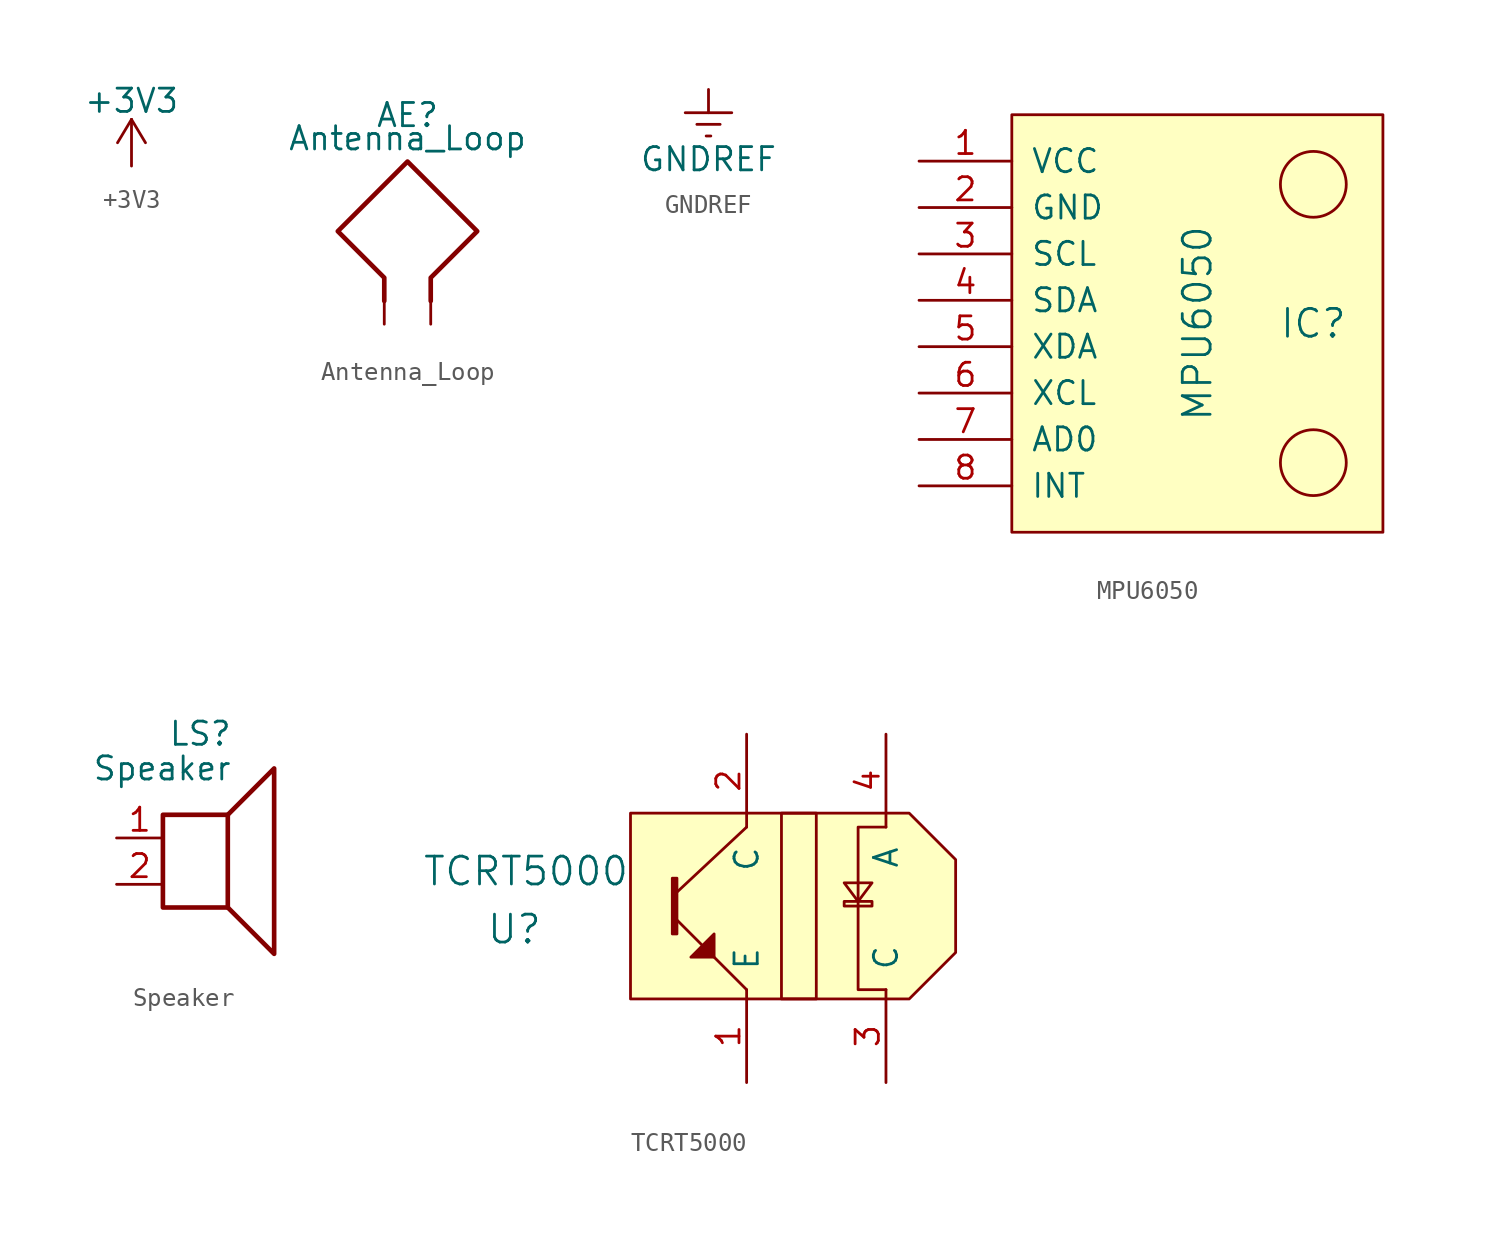
<source format=kicad_sym>
(kicad_symbol_lib
  (version 20231120)
  (generator "kicad_symbol_editor")
  (generator_version "8.0")
  (symbol "+3V3"
    (power)
    (pin_names
      (offset 0))
    (property "Reference" "#PWR"
      (at 0 -3.81 0)
      (effects (font (size 1.27 1.27)) (hide yes)))
    (property "Value" "+3V3"
      (at 0 3.556 0)
      (effects (font (size 1.27 1.27))))
    (symbol "+3V3_0_1"
      (polyline (pts (xy -0.762 1.27) (xy 0 2.54)) (stroke (width 0) (type solid)) (fill (type none)))
      (polyline (pts (xy 0 0) (xy 0 2.54)) (stroke (width 0) (type solid)) (fill (type none)))
      (polyline (pts (xy 0 2.54) (xy 0.762 1.27)) (stroke (width 0) (type solid)) (fill (type none))))
    (symbol "+3V3_1_1"
      (pin power_in line (at 0 0 90) (length 0) hide (name "+3V3" (effects (font (size 1.27 1.27)))) (number "1" (effects (font (size 1.27 1.27)))))))
  (symbol "Antenna_Loop"
    (pin_numbers hide)
    (pin_names
      (offset 1.016) hide)
    (property "Reference" "AE"
      (at 1.27 6.35 0)
      (effects (font (size 1.27 1.27))))
    (property "Value" "Antenna_Loop"
      (at 1.27 5.08 0)
      (effects (font (size 1.27 1.27))))
    (symbol "Antenna_Loop_0_1"
      (polyline (pts (xy 2.54 -3.81) (xy 2.54 -2.54) (xy 5.08 0) (xy 1.27 3.81) (xy -2.54 0) (xy 0 -2.54) (xy 0 -3.81)) (stroke (width 0.254) (type solid)) (fill (type none))))
    (symbol "Antenna_Loop_1_1"
      (pin input line (at 0 -5.08 90) (length 2.54) (name "~" (effects (font (size 1.27 1.27)))) (number "1" (effects (font (size 1.27 1.27)))))
      (pin input line (at 2.54 -5.08 90) (length 2.54) (name "~" (effects (font (size 1.27 1.27)))) (number "2" (effects (font (size 1.27 1.27)))))))
  (symbol "GNDREF"
    (power)
    (pin_names
      (offset 0))
    (property "Reference" "#PWR"
      (at 0 -6.35 0)
      (effects (font (size 1.27 1.27)) (hide yes)))
    (property "Value" "GNDREF"
      (at 0 -3.81 0)
      (effects (font (size 1.27 1.27))))
    (symbol "GNDREF_0_1"
      (polyline (pts (xy -0.635 -1.905) (xy 0.635 -1.905)) (stroke (width 0) (type solid)) (fill (type none)))
      (polyline (pts (xy -0.127 -2.54) (xy 0.127 -2.54)) (stroke (width 0) (type solid)) (fill (type none)))
      (polyline (pts (xy 0 -1.27) (xy 0 0)) (stroke (width 0) (type solid)) (fill (type none)))
      (polyline (pts (xy 1.27 -1.27) (xy -1.27 -1.27)) (stroke (width 0) (type solid)) (fill (type none))))
    (symbol "GNDREF_1_1"
      (pin power_in line (at 0 0 270) (length 0) hide (name "GNDREF" (effects (font (size 1.27 1.27)))) (number "1" (effects (font (size 1.27 1.27)))))))
  (symbol "MPU6050"
    (pin_names
      (offset 1.016))
    (property "Reference" "IC"
      (at 5.08 -3.81 0)
      (effects (font (size 1.524 1.524))))
    (property "Value" "MPU6050"
      (at -1.27 -3.81 90)
      (effects (font (size 1.524 1.524))))
    (symbol "MPU6050_0_1"
      (rectangle (start -11.43 -15.24) (end 8.89 7.62) (stroke (width 0) (type solid)) (fill (type background)))
      (circle (center 5.08 -11.43) (radius 1.803) (stroke (width 0) (type solid)) (fill (type none)))
      (circle (center 5.08 3.81) (radius 1.803) (stroke (width 0) (type solid)) (fill (type background))))
    (symbol "MPU6050_1_1"
      (pin input line (at -16.51 5.08 0) (length 5.08) (name "VCC" (effects (font (size 1.27 1.27)))) (number "1" (effects (font (size 1.27 1.27)))))
      (pin input line (at -16.51 2.54 0) (length 5.08) (name "GND" (effects (font (size 1.27 1.27)))) (number "2" (effects (font (size 1.27 1.27)))))
      (pin input line (at -16.51 0 0) (length 5.08) (name "SCL" (effects (font (size 1.27 1.27)))) (number "3" (effects (font (size 1.27 1.27)))))
      (pin input line (at -16.51 -2.54 0) (length 5.08) (name "SDA" (effects (font (size 1.27 1.27)))) (number "4" (effects (font (size 1.27 1.27)))))
      (pin input line (at -16.51 -5.08 0) (length 5.08) (name "XDA" (effects (font (size 1.27 1.27)))) (number "5" (effects (font (size 1.27 1.27)))))
      (pin input line (at -16.51 -7.62 0) (length 5.08) (name "XCL" (effects (font (size 1.27 1.27)))) (number "6" (effects (font (size 1.27 1.27)))))
      (pin input line (at -16.51 -10.16 0) (length 5.08) (name "AD0" (effects (font (size 1.27 1.27)))) (number "7" (effects (font (size 1.27 1.27)))))
      (pin input line (at -16.51 -12.7 0) (length 5.08) (name "INT" (effects (font (size 1.27 1.27)))) (number "8" (effects (font (size 1.27 1.27)))))))
  (symbol "Speaker"
    (pin_names
      (offset 0) hide)
    (property "Reference" "LS"
      (at 1.27 5.715 0)
      (effects (font (size 1.27 1.27)) (justify right)))
    (property "Value" "Speaker"
      (at 1.27 3.81 0)
      (effects (font (size 1.27 1.27)) (justify right)))
    (symbol "Speaker_0_0"
      (rectangle (start -2.54 1.27) (end 1.016 -3.81) (stroke (width 0.254) (type solid)) (fill (type none)))
      (polyline (pts (xy 1.016 1.27) (xy 3.556 3.81) (xy 3.556 -6.35) (xy 1.016 -3.81)) (stroke (width 0.254) (type solid)) (fill (type none))))
    (symbol "Speaker_1_1"
      (pin input line (at -5.08 0 0) (length 2.54) (name "1" (effects (font (size 1.27 1.27)))) (number "1" (effects (font (size 1.27 1.27)))))
      (pin input line (at -5.08 -2.54 0) (length 2.54) (name "2" (effects (font (size 1.27 1.27)))) (number "2" (effects (font (size 1.27 1.27)))))))
  (symbol "TCRT5000"
    (pin_names
      (offset 1.016))
    (property "Reference" "U"
      (at -15.24 -1.27 0)
      (effects (font (size 1.524 1.524))))
    (property "Value" "TCRT5000"
      (at -14.605 1.905 0)
      (effects (font (size 1.524 1.524))))
    (symbol "TCRT5000_0_1"
      (rectangle (start -6.35 -1.524) (end -6.604 1.524) (stroke (width 0) (type solid)) (fill (type outline)))
      (rectangle (start -0.635 5.08) (end 1.27 -5.08) (stroke (width 0) (type solid)) (fill (type none)))
      (polyline (pts (xy -2.54 -4.572) (xy -6.35 -0.762)) (stroke (width 0) (type solid)) (fill (type none)))
      (polyline (pts (xy -2.54 4.318) (xy -6.35 0.762)) (stroke (width 0) (type solid)) (fill (type none)))
      (polyline (pts (xy -4.318 -1.524) (xy -5.588 -2.794) (xy -4.318 -2.794) (xy -4.318 -1.524)) (stroke (width 0) (type solid)) (fill (type outline)))
      (polyline (pts (xy 3.556 0.254) (xy 4.318 1.27) (xy 2.794 1.27) (xy 3.556 0.254)) (stroke (width 0) (type solid)) (fill (type none)))
      (polyline (pts (xy 5.08 4.318) (xy 3.556 4.318) (xy 3.556 -4.572) (xy 5.08 -4.572)) (stroke (width 0) (type solid)) (fill (type none)))
      (polyline (pts (xy 8.89 -2.54) (xy 8.89 1.27) (xy 8.89 2.54) (xy 6.35 5.08) (xy -8.89 5.08) (xy -8.89 -5.08) (xy 6.35 -5.08) (xy 8.89 -2.54)) (stroke (width 0) (type solid)) (fill (type background)))
      (rectangle (start 4.318 0.254) (end 2.794 0) (stroke (width 0) (type solid)) (fill (type none))))
    (symbol "TCRT5000_1_1"
      (pin input line (at -2.54 -9.652 90) (length 5.08) (name "E" (effects (font (size 1.27 1.27)))) (number "1" (effects (font (size 1.27 1.27)))))
      (pin input line (at -2.54 9.398 270) (length 5.08) (name "C" (effects (font (size 1.27 1.27)))) (number "2" (effects (font (size 1.27 1.27)))))
      (pin input line (at 5.08 -9.652 90) (length 5.08) (name "C" (effects (font (size 1.27 1.27)))) (number "3" (effects (font (size 1.27 1.27)))))
      (pin input line (at 5.08 9.398 270) (length 5.08) (name "A" (effects (font (size 1.27 1.27)))) (number "4" (effects (font (size 1.27 1.27))))))))
</source>
